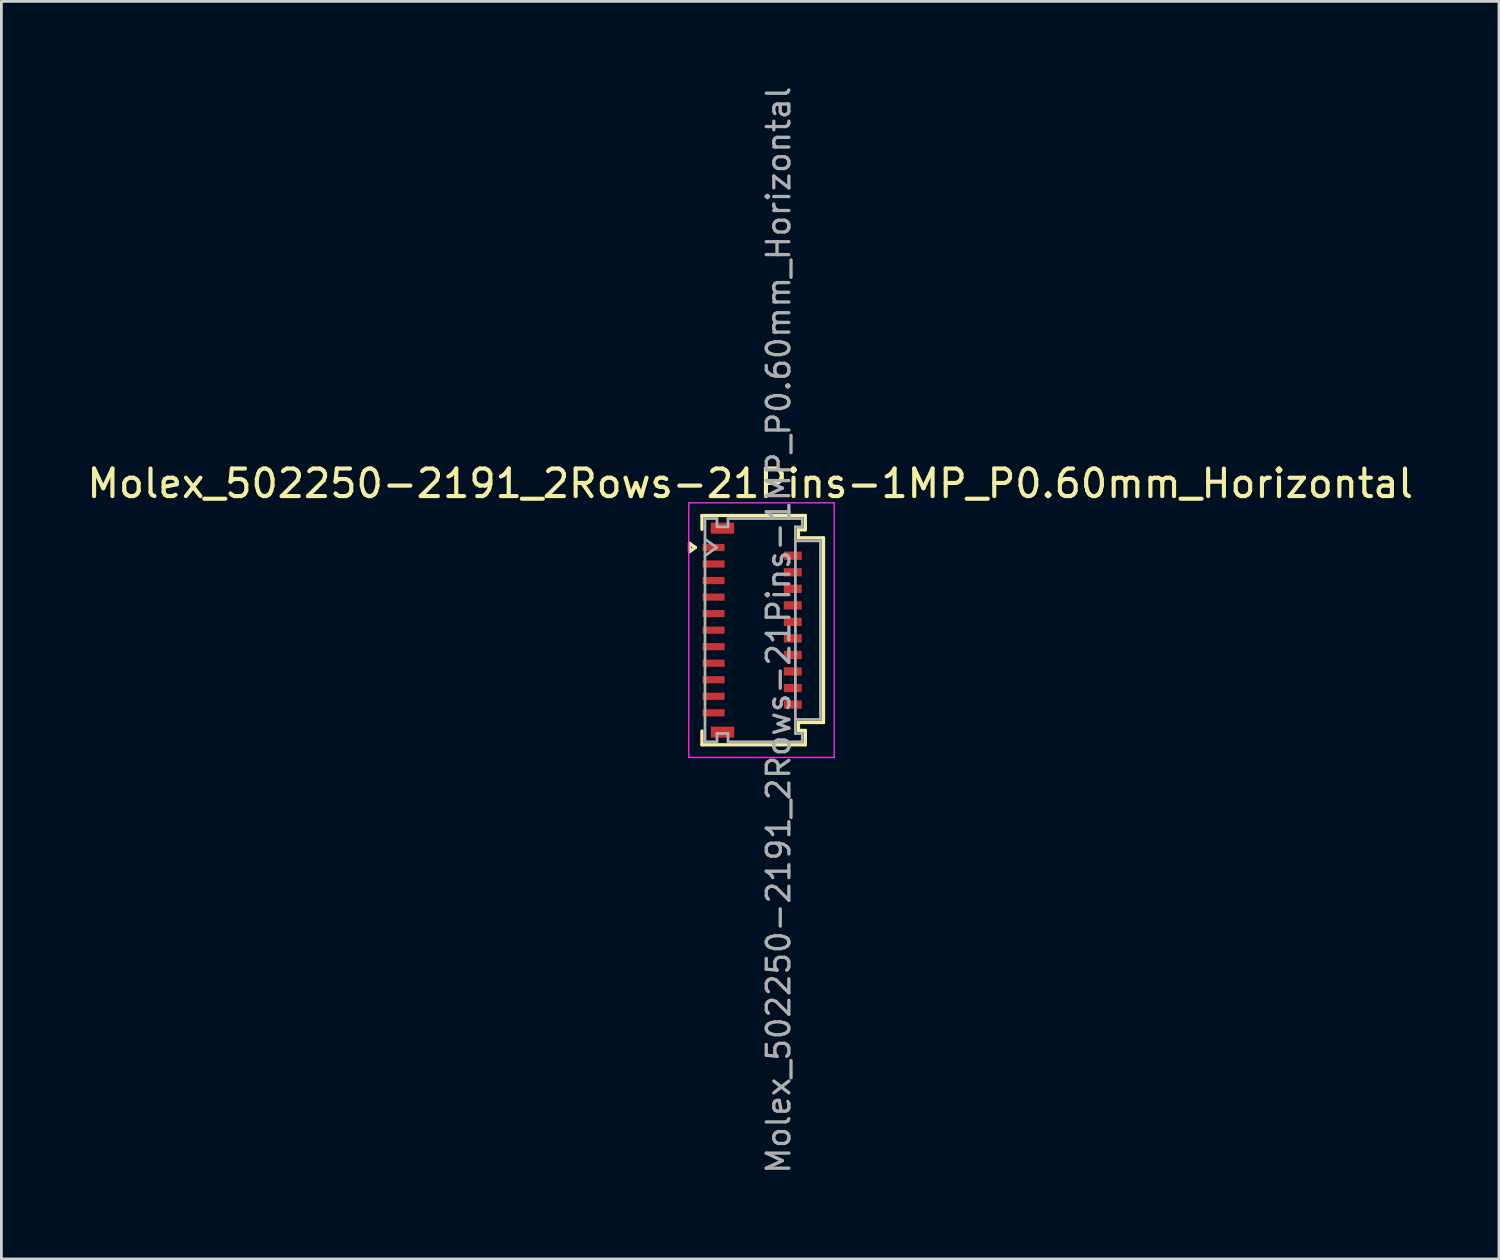
<source format=kicad_pcb>
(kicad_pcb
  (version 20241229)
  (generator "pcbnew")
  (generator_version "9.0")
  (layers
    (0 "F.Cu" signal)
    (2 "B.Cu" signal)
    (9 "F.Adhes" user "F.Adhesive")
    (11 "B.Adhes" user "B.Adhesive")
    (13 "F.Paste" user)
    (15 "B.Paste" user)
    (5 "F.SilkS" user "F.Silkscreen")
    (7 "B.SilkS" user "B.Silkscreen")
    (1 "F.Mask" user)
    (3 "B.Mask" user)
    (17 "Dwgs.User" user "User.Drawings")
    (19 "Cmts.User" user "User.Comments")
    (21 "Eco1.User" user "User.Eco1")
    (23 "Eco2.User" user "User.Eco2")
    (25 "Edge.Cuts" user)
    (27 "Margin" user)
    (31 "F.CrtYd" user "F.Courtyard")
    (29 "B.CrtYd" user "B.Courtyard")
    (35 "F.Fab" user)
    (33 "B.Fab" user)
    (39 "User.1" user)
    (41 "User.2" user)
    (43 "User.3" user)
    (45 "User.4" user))
  (footprint "Molex_502250-2191_2Rows-21Pins-1MP_P0.60mm_Horizontal"
    (layer "F.Cu")
    (at 24.243 19.817)
    (property "Reference" "Molex_502250-2191_2Rows-21Pins-1MP_P0.60mm_Horizontal" (at -0.07 -5.32 0) (layer "F.SilkS") (effects (font (size 1 1) (thickness 0.15))))
    (attr smd)
    (fp_line (start -2.272 -3.15) (end -2.06 -3) (stroke (width 0.12) (type solid)) (layer "F.SilkS"))
    (fp_line (start -2.272 -2.85) (end -2.272 -3.15) (stroke (width 0.12) (type solid)) (layer "F.SilkS"))
    (fp_line (start -2.06 -3) (end -2.272 -2.85) (stroke (width 0.12) (type solid)) (layer "F.SilkS"))
    (fp_line (start -1.82 -4.16) (end 1.93 -4.16) (stroke (width 0.12) (type solid)) (layer "F.SilkS"))
    (fp_line (start -1.82 -3.66) (end -1.82 -4.16) (stroke (width 0.12) (type solid)) (layer "F.SilkS"))
    (fp_line (start -1.82 3.66) (end -1.82 4.16) (stroke (width 0.12) (type solid)) (layer "F.SilkS"))
    (fp_line (start -1.82 4.16) (end 1.93 4.16) (stroke (width 0.12) (type solid)) (layer "F.SilkS"))
    (fp_line (start 1.68 -3.64) (end 1.68 -3.35) (stroke (width 0.12) (type solid)) (layer "F.SilkS"))
    (fp_line (start 1.68 -3.35) (end 2.59 -3.35) (stroke (width 0.12) (type solid)) (layer "F.SilkS"))
    (fp_line (start 1.68 3.35) (end 2.59 3.35) (stroke (width 0.12) (type solid)) (layer "F.SilkS"))
    (fp_line (start 1.68 3.64) (end 1.68 3.35) (stroke (width 0.12) (type solid)) (layer "F.SilkS"))
    (fp_line (start 1.93 -4.16) (end 1.93 -3.64) (stroke (width 0.12) (type solid)) (layer "F.SilkS"))
    (fp_line (start 1.93 -3.64) (end 1.68 -3.64) (stroke (width 0.12) (type solid)) (layer "F.SilkS"))
    (fp_line (start 1.93 3.64) (end 1.68 3.64) (stroke (width 0.12) (type solid)) (layer "F.SilkS"))
    (fp_line (start 1.93 4.16) (end 1.93 3.64) (stroke (width 0.12) (type solid)) (layer "F.SilkS"))
    (fp_line (start 2.59 -3.35) (end 2.59 0) (stroke (width 0.12) (type solid)) (layer "F.SilkS"))
    (fp_line (start 2.59 3.35) (end 2.59 0) (stroke (width 0.12) (type solid)) (layer "F.SilkS"))
    (fp_line (start -2.3 -4.62) (end -2.3 4.62) (stroke (width 0.05) (type solid)) (layer "F.CrtYd"))
    (fp_line (start -2.3 4.62) (end 2.98 4.62) (stroke (width 0.05) (type solid)) (layer "F.CrtYd"))
    (fp_line (start 2.98 -4.62) (end -2.3 -4.62) (stroke (width 0.05) (type solid)) (layer "F.CrtYd"))
    (fp_line (start 2.98 4.62) (end 2.98 -4.62) (stroke (width 0.05) (type solid)) (layer "F.CrtYd"))
    (fp_line (start -1.71 -4.05) (end -1.275 -4.05) (stroke (width 0.1) (type solid)) (layer "F.Fab"))
    (fp_line (start -1.71 -3.3) (end -1.286 -3) (stroke (width 0.1) (type solid)) (layer "F.Fab"))
    (fp_line (start -1.71 0) (end -1.71 -4.05) (stroke (width 0.1) (type solid)) (layer "F.Fab"))
    (fp_line (start -1.71 0) (end -1.71 4.05) (stroke (width 0.1) (type solid)) (layer "F.Fab"))
    (fp_line (start -1.71 4.05) (end -1.275 4.05) (stroke (width 0.1) (type solid)) (layer "F.Fab"))
    (fp_line (start -1.286 -3) (end -1.71 -2.7) (stroke (width 0.1) (type solid)) (layer "F.Fab"))
    (fp_line (start -1.275 -4.05) (end -1.275 -3.75) (stroke (width 0.1) (type solid)) (layer "F.Fab"))
    (fp_line (start -1.275 -3.75) (end -0.875 -3.75) (stroke (width 0.1) (type solid)) (layer "F.Fab"))
    (fp_line (start -1.275 3.75) (end -0.875 3.75) (stroke (width 0.1) (type solid)) (layer "F.Fab"))
    (fp_line (start -1.275 4.05) (end -1.275 3.75) (stroke (width 0.1) (type solid)) (layer "F.Fab"))
    (fp_line (start -0.875 -4.05) (end 1.82 -4.05) (stroke (width 0.1) (type solid)) (layer "F.Fab"))
    (fp_line (start -0.875 -3.75) (end -0.875 -4.05) (stroke (width 0.1) (type solid)) (layer "F.Fab"))
    (fp_line (start -0.875 3.75) (end -0.875 4.05) (stroke (width 0.1) (type solid)) (layer "F.Fab"))
    (fp_line (start -0.875 4.05) (end 1.82 4.05) (stroke (width 0.1) (type solid)) (layer "F.Fab"))
    (fp_line (start 1.57 -3.75) (end 1.57 0) (stroke (width 0.1) (type solid)) (layer "F.Fab"))
    (fp_line (start 1.57 -3.24) (end 2.48 -3.24) (stroke (width 0.1) (type solid)) (layer "F.Fab"))
    (fp_line (start 1.57 3.75) (end 1.57 0) (stroke (width 0.1) (type solid)) (layer "F.Fab"))
    (fp_line (start 1.82 -4.05) (end 1.82 -3.75) (stroke (width 0.1) (type solid)) (layer "F.Fab"))
    (fp_line (start 1.82 -3.75) (end 1.57 -3.75) (stroke (width 0.1) (type solid)) (layer "F.Fab"))
    (fp_line (start 1.82 3.75) (end 1.57 3.75) (stroke (width 0.1) (type solid)) (layer "F.Fab"))
    (fp_line (start 1.82 4.05) (end 1.82 3.75) (stroke (width 0.1) (type solid)) (layer "F.Fab"))
    (fp_line (start 2.48 -3.24) (end 2.48 3.24) (stroke (width 0.1) (type solid)) (layer "F.Fab"))
    (fp_line (start 2.48 3.24) (end 1.57 3.24) (stroke (width 0.1) (type solid)) (layer "F.Fab"))
    (fp_text user "${REFERENCE}" (at 0.96 0 90) (layer "F.Fab") (effects (font (size 0.82 0.82) (thickness 0.12))))
    (pad "1" smd rect (at -1.4 -3) (size 0.8 0.26) (layers "F.Cu" "F.Mask" "F.Paste"))
    (pad "2" smd rect (at 1.475 -2.7) (size 0.65 0.3) (layers "F.Cu" "F.Mask" "F.Paste"))
    (pad "3" smd rect (at -1.4 -2.4) (size 0.8 0.26) (layers "F.Cu" "F.Mask" "F.Paste"))
    (pad "4" smd rect (at 1.475 -2.1) (size 0.65 0.3) (layers "F.Cu" "F.Mask" "F.Paste"))
    (pad "5" smd rect (at -1.4 -1.8) (size 0.8 0.26) (layers "F.Cu" "F.Mask" "F.Paste"))
    (pad "6" smd rect (at 1.475 -1.5) (size 0.65 0.3) (layers "F.Cu" "F.Mask" "F.Paste"))
    (pad "7" smd rect (at -1.4 -1.2) (size 0.8 0.26) (layers "F.Cu" "F.Mask" "F.Paste"))
    (pad "8" smd rect (at 1.475 -0.9) (size 0.65 0.3) (layers "F.Cu" "F.Mask" "F.Paste"))
    (pad "9" smd rect (at -1.4 -0.6) (size 0.8 0.26) (layers "F.Cu" "F.Mask" "F.Paste"))
    (pad "10" smd rect (at 1.475 -0.3) (size 0.65 0.3) (layers "F.Cu" "F.Mask" "F.Paste"))
    (pad "11" smd rect (at -1.4 0) (size 0.8 0.26) (layers "F.Cu" "F.Mask" "F.Paste"))
    (pad "12" smd rect (at 1.475 0.3) (size 0.65 0.3) (layers "F.Cu" "F.Mask" "F.Paste"))
    (pad "13" smd rect (at -1.4 0.6) (size 0.8 0.26) (layers "F.Cu" "F.Mask" "F.Paste"))
    (pad "14" smd rect (at 1.475 0.9) (size 0.65 0.3) (layers "F.Cu" "F.Mask" "F.Paste"))
    (pad "15" smd rect (at -1.4 1.2) (size 0.8 0.26) (layers "F.Cu" "F.Mask" "F.Paste"))
    (pad "16" smd rect (at 1.475 1.5) (size 0.65 0.3) (layers "F.Cu" "F.Mask" "F.Paste"))
    (pad "17" smd rect (at -1.4 1.8) (size 0.8 0.26) (layers "F.Cu" "F.Mask" "F.Paste"))
    (pad "18" smd rect (at 1.475 2.1) (size 0.65 0.3) (layers "F.Cu" "F.Mask" "F.Paste"))
    (pad "19" smd rect (at -1.4 2.4) (size 0.8 0.26) (layers "F.Cu" "F.Mask" "F.Paste"))
    (pad "20" smd rect (at 1.475 2.7) (size 0.65 0.3) (layers "F.Cu" "F.Mask" "F.Paste"))
    (pad "21" smd rect (at -1.4 3) (size 0.8 0.26) (layers "F.Cu" "F.Mask" "F.Paste"))
    (pad "MP" smd rect (at -1.075 -3.7) (size 0.85 0.4) (layers "F.Cu" "F.Mask" "F.Paste"))
    (pad "MP" smd rect (at -1.075 3.7) (size 0.85 0.4) (layers "F.Cu" "F.Mask" "F.Paste")))
  (gr_rect
    (start -3 -3)
    (end 51.345 42.634)
    (stroke (width 0.1) (type default))
    (fill no)
    (layer "Edge.Cuts")))
</source>
